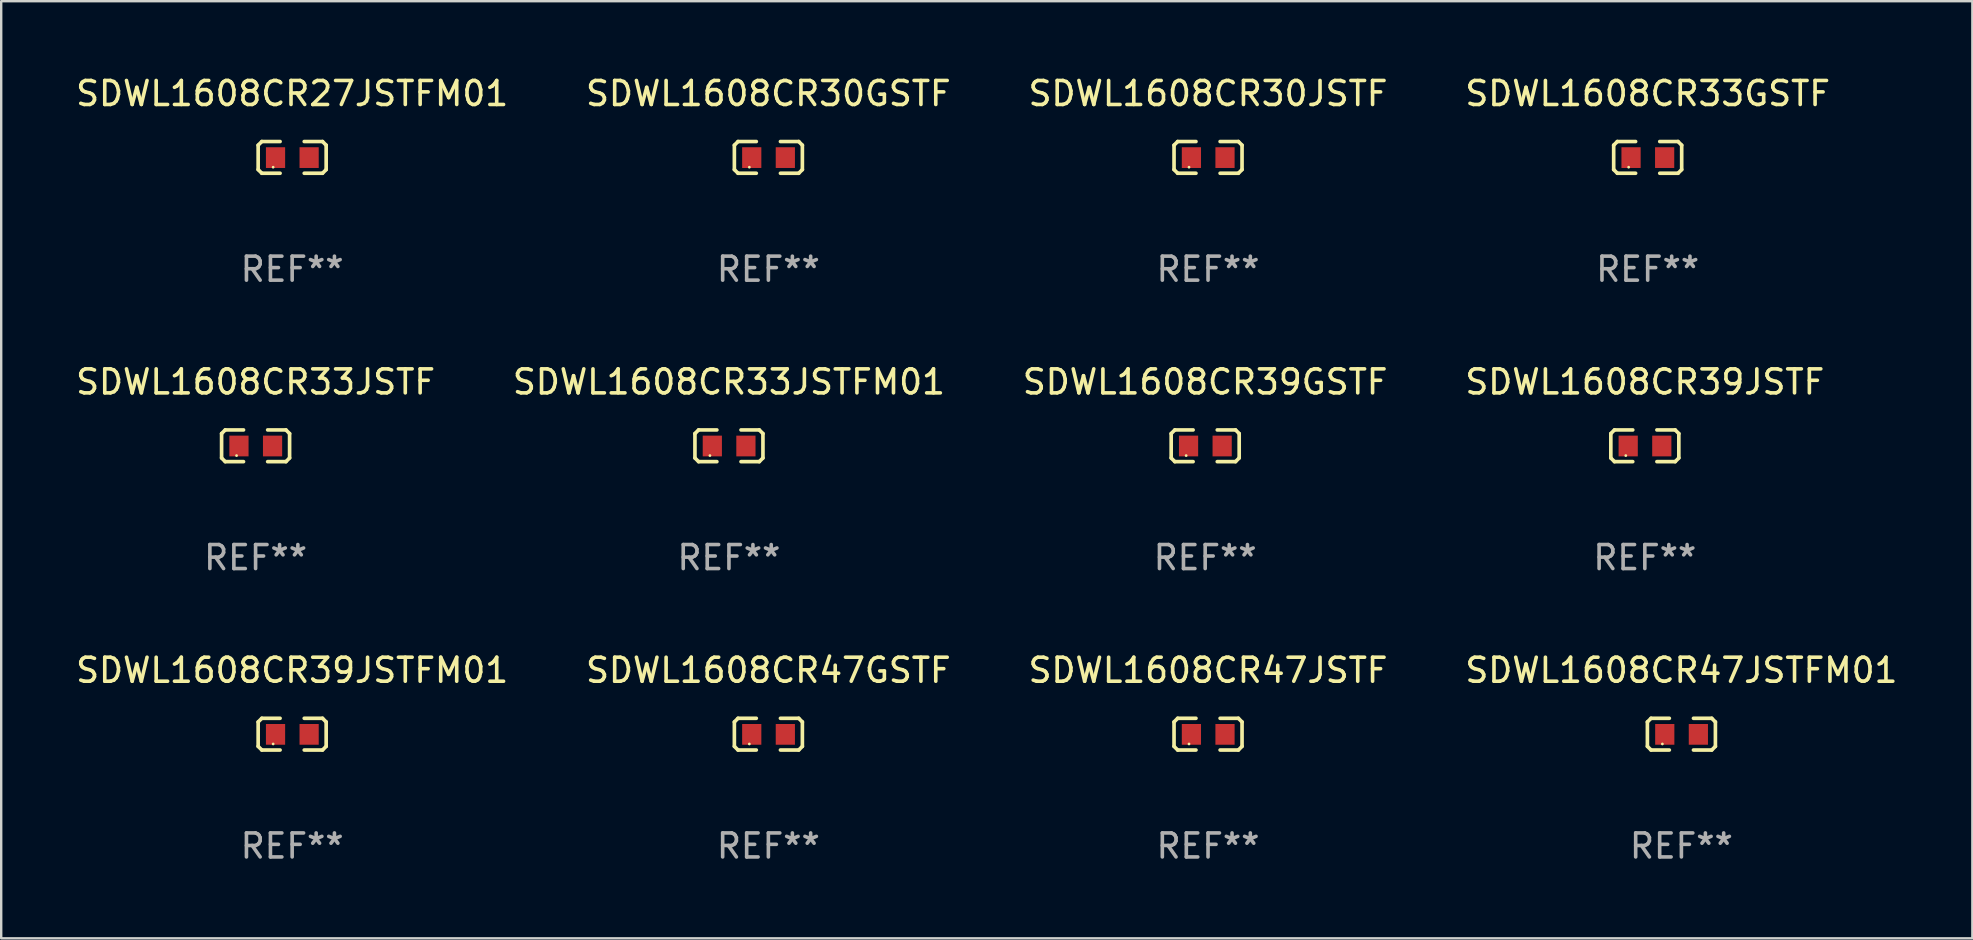
<source format=kicad_pcb>
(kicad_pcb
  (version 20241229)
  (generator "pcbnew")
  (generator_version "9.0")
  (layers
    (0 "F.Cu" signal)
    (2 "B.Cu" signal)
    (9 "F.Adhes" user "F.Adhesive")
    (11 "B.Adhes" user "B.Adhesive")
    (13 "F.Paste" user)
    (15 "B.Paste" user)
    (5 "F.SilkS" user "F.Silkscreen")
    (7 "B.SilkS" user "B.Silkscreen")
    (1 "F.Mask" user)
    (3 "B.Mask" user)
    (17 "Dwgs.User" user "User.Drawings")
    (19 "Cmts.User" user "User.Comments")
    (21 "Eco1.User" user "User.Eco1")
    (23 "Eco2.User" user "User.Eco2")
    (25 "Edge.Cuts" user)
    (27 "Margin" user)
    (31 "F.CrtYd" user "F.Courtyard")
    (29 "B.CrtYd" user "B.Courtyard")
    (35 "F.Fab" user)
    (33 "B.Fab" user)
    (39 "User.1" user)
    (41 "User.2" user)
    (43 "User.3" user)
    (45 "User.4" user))
  (footprint "SDWL1608CR30JSTF"
    (layer "F.Cu")
    (at 47.292 3.509)
    (property "Reference" "SDWL1608CR30JSTF" (at 0 -2.661 0) (layer "F.SilkS") (effects (font (size 1 1) (thickness 0.15))))
    (attr through_hole)
    (fp_line (start -1.417 -0.508) (end -1.265 -0.661) (stroke (width 0.152) (type solid)) (layer "F.SilkS"))
    (fp_line (start -1.417 0.508) (end -1.417 -0.508) (stroke (width 0.152) (type solid)) (layer "F.SilkS"))
    (fp_line (start -1.265 -0.661) (end -0.503 -0.661) (stroke (width 0.152) (type solid)) (layer "F.SilkS"))
    (fp_line (start -1.265 0.661) (end -1.417 0.508) (stroke (width 0.152) (type solid)) (layer "F.SilkS"))
    (fp_line (start -1.265 0.661) (end -0.503 0.661) (stroke (width 0.152) (type solid)) (layer "F.SilkS"))
    (fp_line (start 1.265 -0.661) (end 0.503 -0.661) (stroke (width 0.152) (type solid)) (layer "F.SilkS"))
    (fp_line (start 1.265 -0.661) (end 1.417 -0.508) (stroke (width 0.152) (type solid)) (layer "F.SilkS"))
    (fp_line (start 1.265 0.661) (end 0.503 0.661) (stroke (width 0.152) (type solid)) (layer "F.SilkS"))
    (fp_line (start 1.417 -0.508) (end 1.417 0.508) (stroke (width 0.152) (type solid)) (layer "F.SilkS"))
    (fp_line (start 1.417 0.508) (end 1.265 0.661) (stroke (width 0.152) (type solid)) (layer "F.SilkS"))
    (fp_circle (center -0.793 0.409) (end -0.763 0.409) (stroke (width 0.06) (type solid)) (fill no) (layer "F.SilkS"))
    (fp_text user "REF**" (at 0 4.661 0) (layer "F.Fab") (effects (font (size 1 1) (thickness 0.15))))
    (pad "1" smd rect (at -0.693 0.009 180) (size 0.8 0.864) (layers "F.Cu" "F.Mask" "F.Paste"))
    (pad "2" smd rect (at 0.707 0.009 180) (size 0.8 0.864) (layers "F.Cu" "F.Mask" "F.Paste")))
  (footprint "SDWL1608CR30GSTF"
    (layer "F.Cu")
    (at 28.97 3.509)
    (property "Reference" "SDWL1608CR30GSTF" (at 0 -2.661 0) (layer "F.SilkS") (effects (font (size 1 1) (thickness 0.15))))
    (attr through_hole)
    (fp_line (start -1.417 -0.508) (end -1.265 -0.661) (stroke (width 0.152) (type solid)) (layer "F.SilkS"))
    (fp_line (start -1.417 0.508) (end -1.417 -0.508) (stroke (width 0.152) (type solid)) (layer "F.SilkS"))
    (fp_line (start -1.265 -0.661) (end -0.503 -0.661) (stroke (width 0.152) (type solid)) (layer "F.SilkS"))
    (fp_line (start -1.265 0.661) (end -1.417 0.508) (stroke (width 0.152) (type solid)) (layer "F.SilkS"))
    (fp_line (start -1.265 0.661) (end -0.503 0.661) (stroke (width 0.152) (type solid)) (layer "F.SilkS"))
    (fp_line (start 1.265 -0.661) (end 0.503 -0.661) (stroke (width 0.152) (type solid)) (layer "F.SilkS"))
    (fp_line (start 1.265 -0.661) (end 1.417 -0.508) (stroke (width 0.152) (type solid)) (layer "F.SilkS"))
    (fp_line (start 1.265 0.661) (end 0.503 0.661) (stroke (width 0.152) (type solid)) (layer "F.SilkS"))
    (fp_line (start 1.417 -0.508) (end 1.417 0.508) (stroke (width 0.152) (type solid)) (layer "F.SilkS"))
    (fp_line (start 1.417 0.508) (end 1.265 0.661) (stroke (width 0.152) (type solid)) (layer "F.SilkS"))
    (fp_circle (center -0.793 0.409) (end -0.763 0.409) (stroke (width 0.06) (type solid)) (fill no) (layer "F.SilkS"))
    (fp_text user "REF**" (at 0 4.661 0) (layer "F.Fab") (effects (font (size 1 1) (thickness 0.15))))
    (pad "1" smd rect (at -0.693 0.009 180) (size 0.8 0.864) (layers "F.Cu" "F.Mask" "F.Paste"))
    (pad "2" smd rect (at 0.707 0.009 180) (size 0.8 0.864) (layers "F.Cu" "F.Mask" "F.Paste")))
  (footprint "SDWL1608CR39GSTF"
    (layer "F.Cu")
    (at 47.173 15.527)
    (property "Reference" "SDWL1608CR39GSTF" (at 0 -2.661 0) (layer "F.SilkS") (effects (font (size 1 1) (thickness 0.15))))
    (attr through_hole)
    (fp_line (start -1.417 -0.508) (end -1.265 -0.661) (stroke (width 0.152) (type solid)) (layer "F.SilkS"))
    (fp_line (start -1.417 0.508) (end -1.417 -0.508) (stroke (width 0.152) (type solid)) (layer "F.SilkS"))
    (fp_line (start -1.265 -0.661) (end -0.503 -0.661) (stroke (width 0.152) (type solid)) (layer "F.SilkS"))
    (fp_line (start -1.265 0.661) (end -1.417 0.508) (stroke (width 0.152) (type solid)) (layer "F.SilkS"))
    (fp_line (start -1.265 0.661) (end -0.503 0.661) (stroke (width 0.152) (type solid)) (layer "F.SilkS"))
    (fp_line (start 1.265 -0.661) (end 0.503 -0.661) (stroke (width 0.152) (type solid)) (layer "F.SilkS"))
    (fp_line (start 1.265 -0.661) (end 1.417 -0.508) (stroke (width 0.152) (type solid)) (layer "F.SilkS"))
    (fp_line (start 1.265 0.661) (end 0.503 0.661) (stroke (width 0.152) (type solid)) (layer "F.SilkS"))
    (fp_line (start 1.417 -0.508) (end 1.417 0.508) (stroke (width 0.152) (type solid)) (layer "F.SilkS"))
    (fp_line (start 1.417 0.508) (end 1.265 0.661) (stroke (width 0.152) (type solid)) (layer "F.SilkS"))
    (fp_circle (center -0.793 0.409) (end -0.763 0.409) (stroke (width 0.06) (type solid)) (fill no) (layer "F.SilkS"))
    (fp_text user "REF**" (at 0 4.661 0) (layer "F.Fab") (effects (font (size 1 1) (thickness 0.15))))
    (pad "1" smd rect (at -0.693 0.009 180) (size 0.8 0.864) (layers "F.Cu" "F.Mask" "F.Paste"))
    (pad "2" smd rect (at 0.707 0.009 180) (size 0.8 0.864) (layers "F.Cu" "F.Mask" "F.Paste")))
  (footprint "SDWL1608CR27JSTFM01"
    (layer "F.Cu")
    (at 9.125 3.509)
    (property "Reference" "SDWL1608CR27JSTFM01" (at 0 -2.661 0) (layer "F.SilkS") (effects (font (size 1 1) (thickness 0.15))))
    (attr through_hole)
    (fp_line (start -1.417 -0.508) (end -1.265 -0.661) (stroke (width 0.152) (type solid)) (layer "F.SilkS"))
    (fp_line (start -1.417 0.508) (end -1.417 -0.508) (stroke (width 0.152) (type solid)) (layer "F.SilkS"))
    (fp_line (start -1.265 -0.661) (end -0.503 -0.661) (stroke (width 0.152) (type solid)) (layer "F.SilkS"))
    (fp_line (start -1.265 0.661) (end -1.417 0.508) (stroke (width 0.152) (type solid)) (layer "F.SilkS"))
    (fp_line (start -1.265 0.661) (end -0.503 0.661) (stroke (width 0.152) (type solid)) (layer "F.SilkS"))
    (fp_line (start 1.265 -0.661) (end 0.503 -0.661) (stroke (width 0.152) (type solid)) (layer "F.SilkS"))
    (fp_line (start 1.265 -0.661) (end 1.417 -0.508) (stroke (width 0.152) (type solid)) (layer "F.SilkS"))
    (fp_line (start 1.265 0.661) (end 0.503 0.661) (stroke (width 0.152) (type solid)) (layer "F.SilkS"))
    (fp_line (start 1.417 -0.508) (end 1.417 0.508) (stroke (width 0.152) (type solid)) (layer "F.SilkS"))
    (fp_line (start 1.417 0.508) (end 1.265 0.661) (stroke (width 0.152) (type solid)) (layer "F.SilkS"))
    (fp_circle (center -0.793 0.409) (end -0.763 0.409) (stroke (width 0.06) (type solid)) (fill no) (layer "F.SilkS"))
    (fp_text user "REF**" (at 0 4.661 0) (layer "F.Fab") (effects (font (size 1 1) (thickness 0.15))))
    (pad "1" smd rect (at -0.693 0.009 180) (size 0.8 0.864) (layers "F.Cu" "F.Mask" "F.Paste"))
    (pad "2" smd rect (at 0.707 0.009 180) (size 0.8 0.864) (layers "F.Cu" "F.Mask" "F.Paste")))
  (footprint "SDWL1608CR47JSTFM01"
    (layer "F.Cu")
    (at 67.018 27.544)
    (property "Reference" "SDWL1608CR47JSTFM01" (at 0 -2.661 0) (layer "F.SilkS") (effects (font (size 1 1) (thickness 0.15))))
    (attr through_hole)
    (fp_line (start -1.417 -0.508) (end -1.265 -0.661) (stroke (width 0.152) (type solid)) (layer "F.SilkS"))
    (fp_line (start -1.417 0.508) (end -1.417 -0.508) (stroke (width 0.152) (type solid)) (layer "F.SilkS"))
    (fp_line (start -1.265 -0.661) (end -0.503 -0.661) (stroke (width 0.152) (type solid)) (layer "F.SilkS"))
    (fp_line (start -1.265 0.661) (end -1.417 0.508) (stroke (width 0.152) (type solid)) (layer "F.SilkS"))
    (fp_line (start -1.265 0.661) (end -0.503 0.661) (stroke (width 0.152) (type solid)) (layer "F.SilkS"))
    (fp_line (start 1.265 -0.661) (end 0.503 -0.661) (stroke (width 0.152) (type solid)) (layer "F.SilkS"))
    (fp_line (start 1.265 -0.661) (end 1.417 -0.508) (stroke (width 0.152) (type solid)) (layer "F.SilkS"))
    (fp_line (start 1.265 0.661) (end 0.503 0.661) (stroke (width 0.152) (type solid)) (layer "F.SilkS"))
    (fp_line (start 1.417 -0.508) (end 1.417 0.508) (stroke (width 0.152) (type solid)) (layer "F.SilkS"))
    (fp_line (start 1.417 0.508) (end 1.265 0.661) (stroke (width 0.152) (type solid)) (layer "F.SilkS"))
    (fp_circle (center -0.793 0.409) (end -0.763 0.409) (stroke (width 0.06) (type solid)) (fill no) (layer "F.SilkS"))
    (fp_text user "REF**" (at 0 4.661 0) (layer "F.Fab") (effects (font (size 1 1) (thickness 0.15))))
    (pad "1" smd rect (at -0.693 0.009 180) (size 0.8 0.864) (layers "F.Cu" "F.Mask" "F.Paste"))
    (pad "2" smd rect (at 0.707 0.009 180) (size 0.8 0.864) (layers "F.Cu" "F.Mask" "F.Paste")))
  (footprint "SDWL1608CR33JSTF"
    (layer "F.Cu")
    (at 7.601 15.527)
    (property "Reference" "SDWL1608CR33JSTF" (at 0 -2.661 0) (layer "F.SilkS") (effects (font (size 1 1) (thickness 0.15))))
    (attr through_hole)
    (fp_line (start -1.417 -0.508) (end -1.265 -0.661) (stroke (width 0.152) (type solid)) (layer "F.SilkS"))
    (fp_line (start -1.417 0.508) (end -1.417 -0.508) (stroke (width 0.152) (type solid)) (layer "F.SilkS"))
    (fp_line (start -1.265 -0.661) (end -0.503 -0.661) (stroke (width 0.152) (type solid)) (layer "F.SilkS"))
    (fp_line (start -1.265 0.661) (end -1.417 0.508) (stroke (width 0.152) (type solid)) (layer "F.SilkS"))
    (fp_line (start -1.265 0.661) (end -0.503 0.661) (stroke (width 0.152) (type solid)) (layer "F.SilkS"))
    (fp_line (start 1.265 -0.661) (end 0.503 -0.661) (stroke (width 0.152) (type solid)) (layer "F.SilkS"))
    (fp_line (start 1.265 -0.661) (end 1.417 -0.508) (stroke (width 0.152) (type solid)) (layer "F.SilkS"))
    (fp_line (start 1.265 0.661) (end 0.503 0.661) (stroke (width 0.152) (type solid)) (layer "F.SilkS"))
    (fp_line (start 1.417 -0.508) (end 1.417 0.508) (stroke (width 0.152) (type solid)) (layer "F.SilkS"))
    (fp_line (start 1.417 0.508) (end 1.265 0.661) (stroke (width 0.152) (type solid)) (layer "F.SilkS"))
    (fp_circle (center -0.793 0.409) (end -0.763 0.409) (stroke (width 0.06) (type solid)) (fill no) (layer "F.SilkS"))
    (fp_text user "REF**" (at 0 4.661 0) (layer "F.Fab") (effects (font (size 1 1) (thickness 0.15))))
    (pad "1" smd rect (at -0.693 0.009 180) (size 0.8 0.864) (layers "F.Cu" "F.Mask" "F.Paste"))
    (pad "2" smd rect (at 0.707 0.009 180) (size 0.8 0.864) (layers "F.Cu" "F.Mask" "F.Paste")))
  (footprint "SDWL1608CR39JSTFM01"
    (layer "F.Cu")
    (at 9.125 27.544)
    (property "Reference" "SDWL1608CR39JSTFM01" (at 0 -2.661 0) (layer "F.SilkS") (effects (font (size 1 1) (thickness 0.15))))
    (attr through_hole)
    (fp_line (start -1.417 -0.508) (end -1.265 -0.661) (stroke (width 0.152) (type solid)) (layer "F.SilkS"))
    (fp_line (start -1.417 0.508) (end -1.417 -0.508) (stroke (width 0.152) (type solid)) (layer "F.SilkS"))
    (fp_line (start -1.265 -0.661) (end -0.503 -0.661) (stroke (width 0.152) (type solid)) (layer "F.SilkS"))
    (fp_line (start -1.265 0.661) (end -1.417 0.508) (stroke (width 0.152) (type solid)) (layer "F.SilkS"))
    (fp_line (start -1.265 0.661) (end -0.503 0.661) (stroke (width 0.152) (type solid)) (layer "F.SilkS"))
    (fp_line (start 1.265 -0.661) (end 0.503 -0.661) (stroke (width 0.152) (type solid)) (layer "F.SilkS"))
    (fp_line (start 1.265 -0.661) (end 1.417 -0.508) (stroke (width 0.152) (type solid)) (layer "F.SilkS"))
    (fp_line (start 1.265 0.661) (end 0.503 0.661) (stroke (width 0.152) (type solid)) (layer "F.SilkS"))
    (fp_line (start 1.417 -0.508) (end 1.417 0.508) (stroke (width 0.152) (type solid)) (layer "F.SilkS"))
    (fp_line (start 1.417 0.508) (end 1.265 0.661) (stroke (width 0.152) (type solid)) (layer "F.SilkS"))
    (fp_circle (center -0.793 0.409) (end -0.763 0.409) (stroke (width 0.06) (type solid)) (fill no) (layer "F.SilkS"))
    (fp_text user "REF**" (at 0 4.661 0) (layer "F.Fab") (effects (font (size 1 1) (thickness 0.15))))
    (pad "1" smd rect (at -0.693 0.009 180) (size 0.8 0.864) (layers "F.Cu" "F.Mask" "F.Paste"))
    (pad "2" smd rect (at 0.707 0.009 180) (size 0.8 0.864) (layers "F.Cu" "F.Mask" "F.Paste")))
  (footprint "SDWL1608CR39JSTF"
    (layer "F.Cu")
    (at 65.494 15.527)
    (property "Reference" "SDWL1608CR39JSTF" (at 0 -2.661 0) (layer "F.SilkS") (effects (font (size 1 1) (thickness 0.15))))
    (attr through_hole)
    (fp_line (start -1.417 -0.508) (end -1.265 -0.661) (stroke (width 0.152) (type solid)) (layer "F.SilkS"))
    (fp_line (start -1.417 0.508) (end -1.417 -0.508) (stroke (width 0.152) (type solid)) (layer "F.SilkS"))
    (fp_line (start -1.265 -0.661) (end -0.503 -0.661) (stroke (width 0.152) (type solid)) (layer "F.SilkS"))
    (fp_line (start -1.265 0.661) (end -1.417 0.508) (stroke (width 0.152) (type solid)) (layer "F.SilkS"))
    (fp_line (start -1.265 0.661) (end -0.503 0.661) (stroke (width 0.152) (type solid)) (layer "F.SilkS"))
    (fp_line (start 1.265 -0.661) (end 0.503 -0.661) (stroke (width 0.152) (type solid)) (layer "F.SilkS"))
    (fp_line (start 1.265 -0.661) (end 1.417 -0.508) (stroke (width 0.152) (type solid)) (layer "F.SilkS"))
    (fp_line (start 1.265 0.661) (end 0.503 0.661) (stroke (width 0.152) (type solid)) (layer "F.SilkS"))
    (fp_line (start 1.417 -0.508) (end 1.417 0.508) (stroke (width 0.152) (type solid)) (layer "F.SilkS"))
    (fp_line (start 1.417 0.508) (end 1.265 0.661) (stroke (width 0.152) (type solid)) (layer "F.SilkS"))
    (fp_circle (center -0.793 0.409) (end -0.763 0.409) (stroke (width 0.06) (type solid)) (fill no) (layer "F.SilkS"))
    (fp_text user "REF**" (at 0 4.661 0) (layer "F.Fab") (effects (font (size 1 1) (thickness 0.15))))
    (pad "1" smd rect (at -0.693 0.009 180) (size 0.8 0.864) (layers "F.Cu" "F.Mask" "F.Paste"))
    (pad "2" smd rect (at 0.707 0.009 180) (size 0.8 0.864) (layers "F.Cu" "F.Mask" "F.Paste")))
  (footprint "SDWL1608CR33GSTF"
    (layer "F.Cu")
    (at 65.613 3.509)
    (property "Reference" "SDWL1608CR33GSTF" (at 0 -2.661 0) (layer "F.SilkS") (effects (font (size 1 1) (thickness 0.15))))
    (attr through_hole)
    (fp_line (start -1.417 -0.508) (end -1.265 -0.661) (stroke (width 0.152) (type solid)) (layer "F.SilkS"))
    (fp_line (start -1.417 0.508) (end -1.417 -0.508) (stroke (width 0.152) (type solid)) (layer "F.SilkS"))
    (fp_line (start -1.265 -0.661) (end -0.503 -0.661) (stroke (width 0.152) (type solid)) (layer "F.SilkS"))
    (fp_line (start -1.265 0.661) (end -1.417 0.508) (stroke (width 0.152) (type solid)) (layer "F.SilkS"))
    (fp_line (start -1.265 0.661) (end -0.503 0.661) (stroke (width 0.152) (type solid)) (layer "F.SilkS"))
    (fp_line (start 1.265 -0.661) (end 0.503 -0.661) (stroke (width 0.152) (type solid)) (layer "F.SilkS"))
    (fp_line (start 1.265 -0.661) (end 1.417 -0.508) (stroke (width 0.152) (type solid)) (layer "F.SilkS"))
    (fp_line (start 1.265 0.661) (end 0.503 0.661) (stroke (width 0.152) (type solid)) (layer "F.SilkS"))
    (fp_line (start 1.417 -0.508) (end 1.417 0.508) (stroke (width 0.152) (type solid)) (layer "F.SilkS"))
    (fp_line (start 1.417 0.508) (end 1.265 0.661) (stroke (width 0.152) (type solid)) (layer "F.SilkS"))
    (fp_circle (center -0.793 0.409) (end -0.763 0.409) (stroke (width 0.06) (type solid)) (fill no) (layer "F.SilkS"))
    (fp_text user "REF**" (at 0 4.661 0) (layer "F.Fab") (effects (font (size 1 1) (thickness 0.15))))
    (pad "1" smd rect (at -0.693 0.009 180) (size 0.8 0.864) (layers "F.Cu" "F.Mask" "F.Paste"))
    (pad "2" smd rect (at 0.707 0.009 180) (size 0.8 0.864) (layers "F.Cu" "F.Mask" "F.Paste")))
  (footprint "SDWL1608CR47GSTF"
    (layer "F.Cu")
    (at 28.97 27.544)
    (property "Reference" "SDWL1608CR47GSTF" (at 0 -2.661 0) (layer "F.SilkS") (effects (font (size 1 1) (thickness 0.15))))
    (attr through_hole)
    (fp_line (start -1.417 -0.508) (end -1.265 -0.661) (stroke (width 0.152) (type solid)) (layer "F.SilkS"))
    (fp_line (start -1.417 0.508) (end -1.417 -0.508) (stroke (width 0.152) (type solid)) (layer "F.SilkS"))
    (fp_line (start -1.265 -0.661) (end -0.503 -0.661) (stroke (width 0.152) (type solid)) (layer "F.SilkS"))
    (fp_line (start -1.265 0.661) (end -1.417 0.508) (stroke (width 0.152) (type solid)) (layer "F.SilkS"))
    (fp_line (start -1.265 0.661) (end -0.503 0.661) (stroke (width 0.152) (type solid)) (layer "F.SilkS"))
    (fp_line (start 1.265 -0.661) (end 0.503 -0.661) (stroke (width 0.152) (type solid)) (layer "F.SilkS"))
    (fp_line (start 1.265 -0.661) (end 1.417 -0.508) (stroke (width 0.152) (type solid)) (layer "F.SilkS"))
    (fp_line (start 1.265 0.661) (end 0.503 0.661) (stroke (width 0.152) (type solid)) (layer "F.SilkS"))
    (fp_line (start 1.417 -0.508) (end 1.417 0.508) (stroke (width 0.152) (type solid)) (layer "F.SilkS"))
    (fp_line (start 1.417 0.508) (end 1.265 0.661) (stroke (width 0.152) (type solid)) (layer "F.SilkS"))
    (fp_circle (center -0.793 0.409) (end -0.763 0.409) (stroke (width 0.06) (type solid)) (fill no) (layer "F.SilkS"))
    (fp_text user "REF**" (at 0 4.661 0) (layer "F.Fab") (effects (font (size 1 1) (thickness 0.15))))
    (pad "1" smd rect (at -0.693 0.009 180) (size 0.8 0.864) (layers "F.Cu" "F.Mask" "F.Paste"))
    (pad "2" smd rect (at 0.707 0.009 180) (size 0.8 0.864) (layers "F.Cu" "F.Mask" "F.Paste")))
  (footprint "SDWL1608CR33JSTFM01"
    (layer "F.Cu")
    (at 27.327 15.527)
    (property "Reference" "SDWL1608CR33JSTFM01" (at 0 -2.661 0) (layer "F.SilkS") (effects (font (size 1 1) (thickness 0.15))))
    (attr through_hole)
    (fp_line (start -1.417 -0.508) (end -1.265 -0.661) (stroke (width 0.152) (type solid)) (layer "F.SilkS"))
    (fp_line (start -1.417 0.508) (end -1.417 -0.508) (stroke (width 0.152) (type solid)) (layer "F.SilkS"))
    (fp_line (start -1.265 -0.661) (end -0.503 -0.661) (stroke (width 0.152) (type solid)) (layer "F.SilkS"))
    (fp_line (start -1.265 0.661) (end -1.417 0.508) (stroke (width 0.152) (type solid)) (layer "F.SilkS"))
    (fp_line (start -1.265 0.661) (end -0.503 0.661) (stroke (width 0.152) (type solid)) (layer "F.SilkS"))
    (fp_line (start 1.265 -0.661) (end 0.503 -0.661) (stroke (width 0.152) (type solid)) (layer "F.SilkS"))
    (fp_line (start 1.265 -0.661) (end 1.417 -0.508) (stroke (width 0.152) (type solid)) (layer "F.SilkS"))
    (fp_line (start 1.265 0.661) (end 0.503 0.661) (stroke (width 0.152) (type solid)) (layer "F.SilkS"))
    (fp_line (start 1.417 -0.508) (end 1.417 0.508) (stroke (width 0.152) (type solid)) (layer "F.SilkS"))
    (fp_line (start 1.417 0.508) (end 1.265 0.661) (stroke (width 0.152) (type solid)) (layer "F.SilkS"))
    (fp_circle (center -0.793 0.409) (end -0.763 0.409) (stroke (width 0.06) (type solid)) (fill no) (layer "F.SilkS"))
    (fp_text user "REF**" (at 0 4.661 0) (layer "F.Fab") (effects (font (size 1 1) (thickness 0.15))))
    (pad "1" smd rect (at -0.693 0.009 180) (size 0.8 0.864) (layers "F.Cu" "F.Mask" "F.Paste"))
    (pad "2" smd rect (at 0.707 0.009 180) (size 0.8 0.864) (layers "F.Cu" "F.Mask" "F.Paste")))
  (footprint "SDWL1608CR47JSTF"
    (layer "F.Cu")
    (at 47.292 27.544)
    (property "Reference" "SDWL1608CR47JSTF" (at 0 -2.661 0) (layer "F.SilkS") (effects (font (size 1 1) (thickness 0.15))))
    (attr through_hole)
    (fp_line (start -1.417 -0.508) (end -1.265 -0.661) (stroke (width 0.152) (type solid)) (layer "F.SilkS"))
    (fp_line (start -1.417 0.508) (end -1.417 -0.508) (stroke (width 0.152) (type solid)) (layer "F.SilkS"))
    (fp_line (start -1.265 -0.661) (end -0.503 -0.661) (stroke (width 0.152) (type solid)) (layer "F.SilkS"))
    (fp_line (start -1.265 0.661) (end -1.417 0.508) (stroke (width 0.152) (type solid)) (layer "F.SilkS"))
    (fp_line (start -1.265 0.661) (end -0.503 0.661) (stroke (width 0.152) (type solid)) (layer "F.SilkS"))
    (fp_line (start 1.265 -0.661) (end 0.503 -0.661) (stroke (width 0.152) (type solid)) (layer "F.SilkS"))
    (fp_line (start 1.265 -0.661) (end 1.417 -0.508) (stroke (width 0.152) (type solid)) (layer "F.SilkS"))
    (fp_line (start 1.265 0.661) (end 0.503 0.661) (stroke (width 0.152) (type solid)) (layer "F.SilkS"))
    (fp_line (start 1.417 -0.508) (end 1.417 0.508) (stroke (width 0.152) (type solid)) (layer "F.SilkS"))
    (fp_line (start 1.417 0.508) (end 1.265 0.661) (stroke (width 0.152) (type solid)) (layer "F.SilkS"))
    (fp_circle (center -0.793 0.409) (end -0.763 0.409) (stroke (width 0.06) (type solid)) (fill no) (layer "F.SilkS"))
    (fp_text user "REF**" (at 0 4.661 0) (layer "F.Fab") (effects (font (size 1 1) (thickness 0.15))))
    (pad "1" smd rect (at -0.693 0.009 180) (size 0.8 0.864) (layers "F.Cu" "F.Mask" "F.Paste"))
    (pad "2" smd rect (at 0.707 0.009 180) (size 0.8 0.864) (layers "F.Cu" "F.Mask" "F.Paste")))
  (gr_rect
    (start -3 -3)
    (end 79.143 36.053)
    (stroke (width 0.1) (type default))
    (fill no)
    (layer "Edge.Cuts")))
</source>
